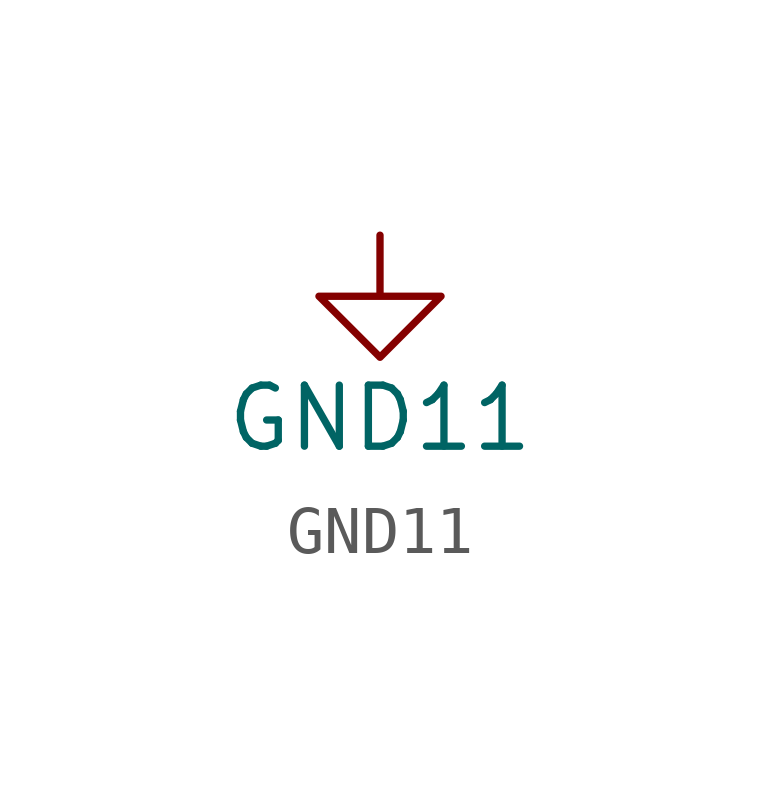
<source format=kicad_sym>
(kicad_symbol_lib
  (version 20211014)
  (generator kicad_symbol_editor)
  (symbol "GND11"
    (power)
    (pin_names
      (offset 0))
    (property "Reference" "#PWR"
      (at 0 -6.35 0)
      (effects (font (size 1.27 1.27)) hide))
    (property "Value" "GND11"
      (at 0 -3.81 0)
      (effects (font (size 1.27 1.27))))
    (symbol "GND11_0_1"
      (polyline (pts (xy 0 0) (xy 0 -1.27) (xy 1.27 -1.27) (xy 0 -2.54) (xy -1.27 -1.27) (xy 0 -1.27)) (stroke (width 0) (type default) (color 0 0 0 0)) (fill (type none))))
    (symbol "GND11_1_1"
      (pin power_in line (at 0 0 270) (length 0) hide (name "GND" (effects (font (size 1.27 1.27)))) (number "1" (effects (font (size 1.27 1.27))))))))
</source>
